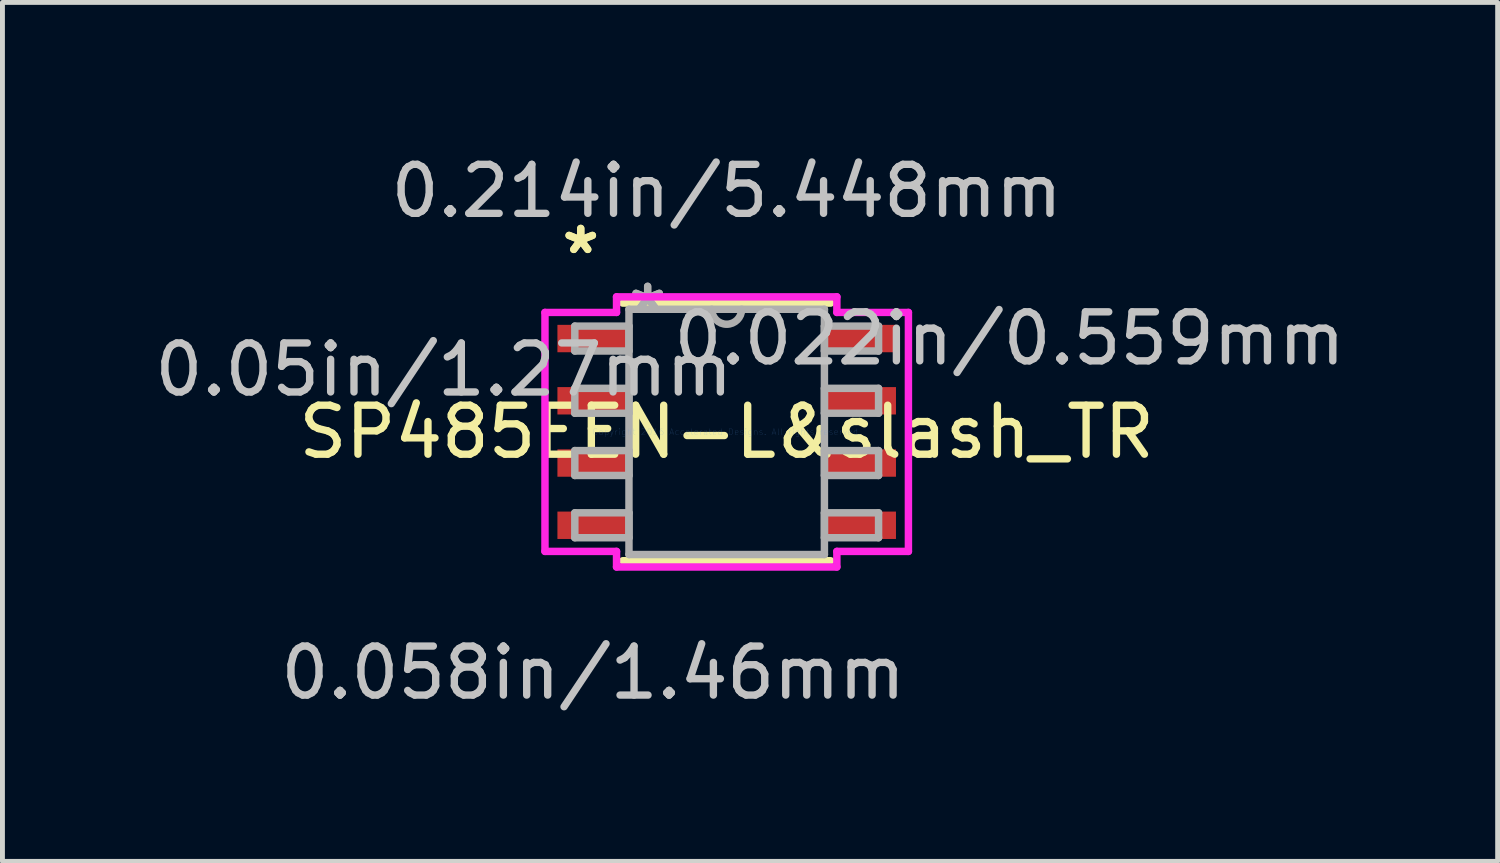
<source format=kicad_pcb>
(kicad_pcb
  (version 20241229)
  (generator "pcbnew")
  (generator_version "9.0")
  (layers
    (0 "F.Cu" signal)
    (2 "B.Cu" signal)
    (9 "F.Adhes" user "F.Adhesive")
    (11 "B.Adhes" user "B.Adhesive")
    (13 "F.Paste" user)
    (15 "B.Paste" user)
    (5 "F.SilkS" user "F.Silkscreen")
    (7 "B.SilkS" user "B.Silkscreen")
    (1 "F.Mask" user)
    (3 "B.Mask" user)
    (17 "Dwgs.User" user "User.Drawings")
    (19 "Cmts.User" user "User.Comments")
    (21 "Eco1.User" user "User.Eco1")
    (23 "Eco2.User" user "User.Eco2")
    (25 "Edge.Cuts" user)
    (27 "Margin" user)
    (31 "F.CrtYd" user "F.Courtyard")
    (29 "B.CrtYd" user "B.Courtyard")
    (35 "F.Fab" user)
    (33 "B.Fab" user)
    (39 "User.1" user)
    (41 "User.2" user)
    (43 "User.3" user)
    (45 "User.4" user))
  (footprint "SP485EEN-L&slash_TR"
    (layer "F.Cu")
    (at 11.778 5.763)
    (property "Reference" "SP485EEN-L&slash_TR" (at 0 0 0) (layer "F.SilkS") (effects (font (size 1 1) (thickness 0.15))))
    (attr through_hole)
    (fp_line (start -2.121 2.629) (end 2.121 2.629) (stroke (width 0.152) (type solid)) (layer "F.SilkS"))
    (fp_line (start 2.121 -2.629) (end -2.121 -2.629) (stroke (width 0.152) (type solid)) (layer "F.SilkS"))
    (fp_line (start -3.708 -2.438) (end -2.248 -2.438) (stroke (width 0.152) (type solid)) (layer "F.CrtYd"))
    (fp_line (start -3.708 2.438) (end -3.708 -2.438) (stroke (width 0.152) (type solid)) (layer "F.CrtYd"))
    (fp_line (start -2.248 -2.756) (end 2.248 -2.756) (stroke (width 0.152) (type solid)) (layer "F.CrtYd"))
    (fp_line (start -2.248 -2.438) (end -2.248 -2.756) (stroke (width 0.152) (type solid)) (layer "F.CrtYd"))
    (fp_line (start -2.248 2.438) (end -3.708 2.438) (stroke (width 0.152) (type solid)) (layer "F.CrtYd"))
    (fp_line (start -2.248 2.756) (end -2.248 2.438) (stroke (width 0.152) (type solid)) (layer "F.CrtYd"))
    (fp_line (start 2.248 -2.756) (end 2.248 -2.438) (stroke (width 0.152) (type solid)) (layer "F.CrtYd"))
    (fp_line (start 2.248 -2.438) (end 3.708 -2.438) (stroke (width 0.152) (type solid)) (layer "F.CrtYd"))
    (fp_line (start 2.248 2.438) (end 2.248 2.756) (stroke (width 0.152) (type solid)) (layer "F.CrtYd"))
    (fp_line (start 2.248 2.756) (end -2.248 2.756) (stroke (width 0.152) (type solid)) (layer "F.CrtYd"))
    (fp_line (start 3.708 -2.438) (end 3.708 2.438) (stroke (width 0.152) (type solid)) (layer "F.CrtYd"))
    (fp_line (start 3.708 2.438) (end 2.248 2.438) (stroke (width 0.152) (type solid)) (layer "F.CrtYd"))
    (fp_line (start -3.099 -2.159) (end -3.099 -1.651) (stroke (width 0.152) (type solid)) (layer "F.Fab"))
    (fp_line (start -3.099 -1.651) (end -1.994 -1.651) (stroke (width 0.152) (type solid)) (layer "F.Fab"))
    (fp_line (start -3.099 -0.889) (end -3.099 -0.381) (stroke (width 0.152) (type solid)) (layer "F.Fab"))
    (fp_line (start -3.099 -0.381) (end -1.994 -0.381) (stroke (width 0.152) (type solid)) (layer "F.Fab"))
    (fp_line (start -3.099 0.381) (end -3.099 0.889) (stroke (width 0.152) (type solid)) (layer "F.Fab"))
    (fp_line (start -3.099 0.889) (end -1.994 0.889) (stroke (width 0.152) (type solid)) (layer "F.Fab"))
    (fp_line (start -3.099 1.651) (end -3.099 2.159) (stroke (width 0.152) (type solid)) (layer "F.Fab"))
    (fp_line (start -3.099 2.159) (end -1.994 2.159) (stroke (width 0.152) (type solid)) (layer "F.Fab"))
    (fp_line (start -1.994 -2.502) (end -1.994 2.502) (stroke (width 0.152) (type solid)) (layer "F.Fab"))
    (fp_line (start -1.994 -2.159) (end -3.099 -2.159) (stroke (width 0.152) (type solid)) (layer "F.Fab"))
    (fp_line (start -1.994 -1.651) (end -1.994 -2.159) (stroke (width 0.152) (type solid)) (layer "F.Fab"))
    (fp_line (start -1.994 -0.889) (end -3.099 -0.889) (stroke (width 0.152) (type solid)) (layer "F.Fab"))
    (fp_line (start -1.994 -0.381) (end -1.994 -0.889) (stroke (width 0.152) (type solid)) (layer "F.Fab"))
    (fp_line (start -1.994 0.381) (end -3.099 0.381) (stroke (width 0.152) (type solid)) (layer "F.Fab"))
    (fp_line (start -1.994 0.889) (end -1.994 0.381) (stroke (width 0.152) (type solid)) (layer "F.Fab"))
    (fp_line (start -1.994 1.651) (end -3.099 1.651) (stroke (width 0.152) (type solid)) (layer "F.Fab"))
    (fp_line (start -1.994 2.159) (end -1.994 1.651) (stroke (width 0.152) (type solid)) (layer "F.Fab"))
    (fp_line (start -1.994 2.502) (end 1.994 2.502) (stroke (width 0.152) (type solid)) (layer "F.Fab"))
    (fp_line (start 1.994 -2.502) (end -1.994 -2.502) (stroke (width 0.152) (type solid)) (layer "F.Fab"))
    (fp_line (start 1.994 -2.159) (end 1.994 -1.651) (stroke (width 0.152) (type solid)) (layer "F.Fab"))
    (fp_line (start 1.994 -1.651) (end 3.099 -1.651) (stroke (width 0.152) (type solid)) (layer "F.Fab"))
    (fp_line (start 1.994 -0.889) (end 1.994 -0.381) (stroke (width 0.152) (type solid)) (layer "F.Fab"))
    (fp_line (start 1.994 -0.381) (end 3.099 -0.381) (stroke (width 0.152) (type solid)) (layer "F.Fab"))
    (fp_line (start 1.994 0.381) (end 1.994 0.889) (stroke (width 0.152) (type solid)) (layer "F.Fab"))
    (fp_line (start 1.994 0.889) (end 3.099 0.889) (stroke (width 0.152) (type solid)) (layer "F.Fab"))
    (fp_line (start 1.994 1.651) (end 1.994 2.159) (stroke (width 0.152) (type solid)) (layer "F.Fab"))
    (fp_line (start 1.994 2.159) (end 3.099 2.159) (stroke (width 0.152) (type solid)) (layer "F.Fab"))
    (fp_line (start 1.994 2.502) (end 1.994 -2.502) (stroke (width 0.152) (type solid)) (layer "F.Fab"))
    (fp_line (start 3.099 -2.159) (end 1.994 -2.159) (stroke (width 0.152) (type solid)) (layer "F.Fab"))
    (fp_line (start 3.099 -1.651) (end 3.099 -2.159) (stroke (width 0.152) (type solid)) (layer "F.Fab"))
    (fp_line (start 3.099 -0.889) (end 1.994 -0.889) (stroke (width 0.152) (type solid)) (layer "F.Fab"))
    (fp_line (start 3.099 -0.381) (end 3.099 -0.889) (stroke (width 0.152) (type solid)) (layer "F.Fab"))
    (fp_line (start 3.099 0.381) (end 1.994 0.381) (stroke (width 0.152) (type solid)) (layer "F.Fab"))
    (fp_line (start 3.099 0.889) (end 3.099 0.381) (stroke (width 0.152) (type solid)) (layer "F.Fab"))
    (fp_line (start 3.099 1.651) (end 1.994 1.651) (stroke (width 0.152) (type solid)) (layer "F.Fab"))
    (fp_line (start 3.099 2.159) (end 3.099 1.651) (stroke (width 0.152) (type solid)) (layer "F.Fab"))
    (fp_arc (start 0.3048 -2.5019) (mid 0 -2.1971) (end -0.3048 -2.5019) (stroke (width 0.1524) (type solid)) (layer "F.Fab"))
    (fp_text user "*" (at -2.978 -3.607 0) (layer "F.SilkS") (effects (font (size 1 1) (thickness 0.15))))
    (fp_text user "*" (at -2.978 -3.607 0) (layer "F.SilkS") (effects (font (size 1 1) (thickness 0.15))))
    (fp_text user "0.214in/5.448mm" (at 0 -4.915 0) (layer "Dwgs.User") (effects (font (size 1 1) (thickness 0.15))))
    (fp_text user "0.022in/0.559mm" (at 5.772 -1.905 0) (layer "Dwgs.User") (effects (font (size 1 1) (thickness 0.15))))
    (fp_text user "0.05in/1.27mm" (at -5.772 -1.27 0) (layer "Dwgs.User") (effects (font (size 1 1) (thickness 0.15))))
    (fp_text user "0.058in/1.46mm" (at -2.724 4.915 0) (layer "Dwgs.User") (effects (font (size 1 1) (thickness 0.15))))
    (fp_text user "Copyright 2016 Accelerated Designs. All rights reserved." (at 0 0 0) (layer "Cmts.User") (effects (font (size 0.127 0.127) (thickness 0.002))))
    (fp_text user "*" (at -1.613 -2.426 0) (layer "F.Fab") (effects (font (size 1 1) (thickness 0.15))))
    (fp_text user "*" (at -1.613 -2.426 0) (layer "F.Fab") (effects (font (size 1 1) (thickness 0.15))))
    (pad "1" smd rect (at -2.724 -1.905) (size 1.46 0.559) (layers "F.Cu" "F.Mask" "F.Paste"))
    (pad "2" smd rect (at -2.724 -0.635) (size 1.46 0.559) (layers "F.Cu" "F.Mask" "F.Paste"))
    (pad "3" smd rect (at -2.724 0.635) (size 1.46 0.559) (layers "F.Cu" "F.Mask" "F.Paste"))
    (pad "4" smd rect (at -2.724 1.905) (size 1.46 0.559) (layers "F.Cu" "F.Mask" "F.Paste"))
    (pad "5" smd rect (at 2.724 1.905) (size 1.46 0.559) (layers "F.Cu" "F.Mask" "F.Paste"))
    (pad "6" smd rect (at 2.724 0.635) (size 1.46 0.559) (layers "F.Cu" "F.Mask" "F.Paste"))
    (pad "7" smd rect (at 2.724 -0.635) (size 1.46 0.559) (layers "F.Cu" "F.Mask" "F.Paste"))
    (pad "8" smd rect (at 2.724 -1.905) (size 1.46 0.559) (layers "F.Cu" "F.Mask" "F.Paste")))
  (gr_rect
    (start -3 -3)
    (end 27.509 14.526)
    (stroke (width 0.1) (type default))
    (fill no)
    (layer "Edge.Cuts")))
</source>
